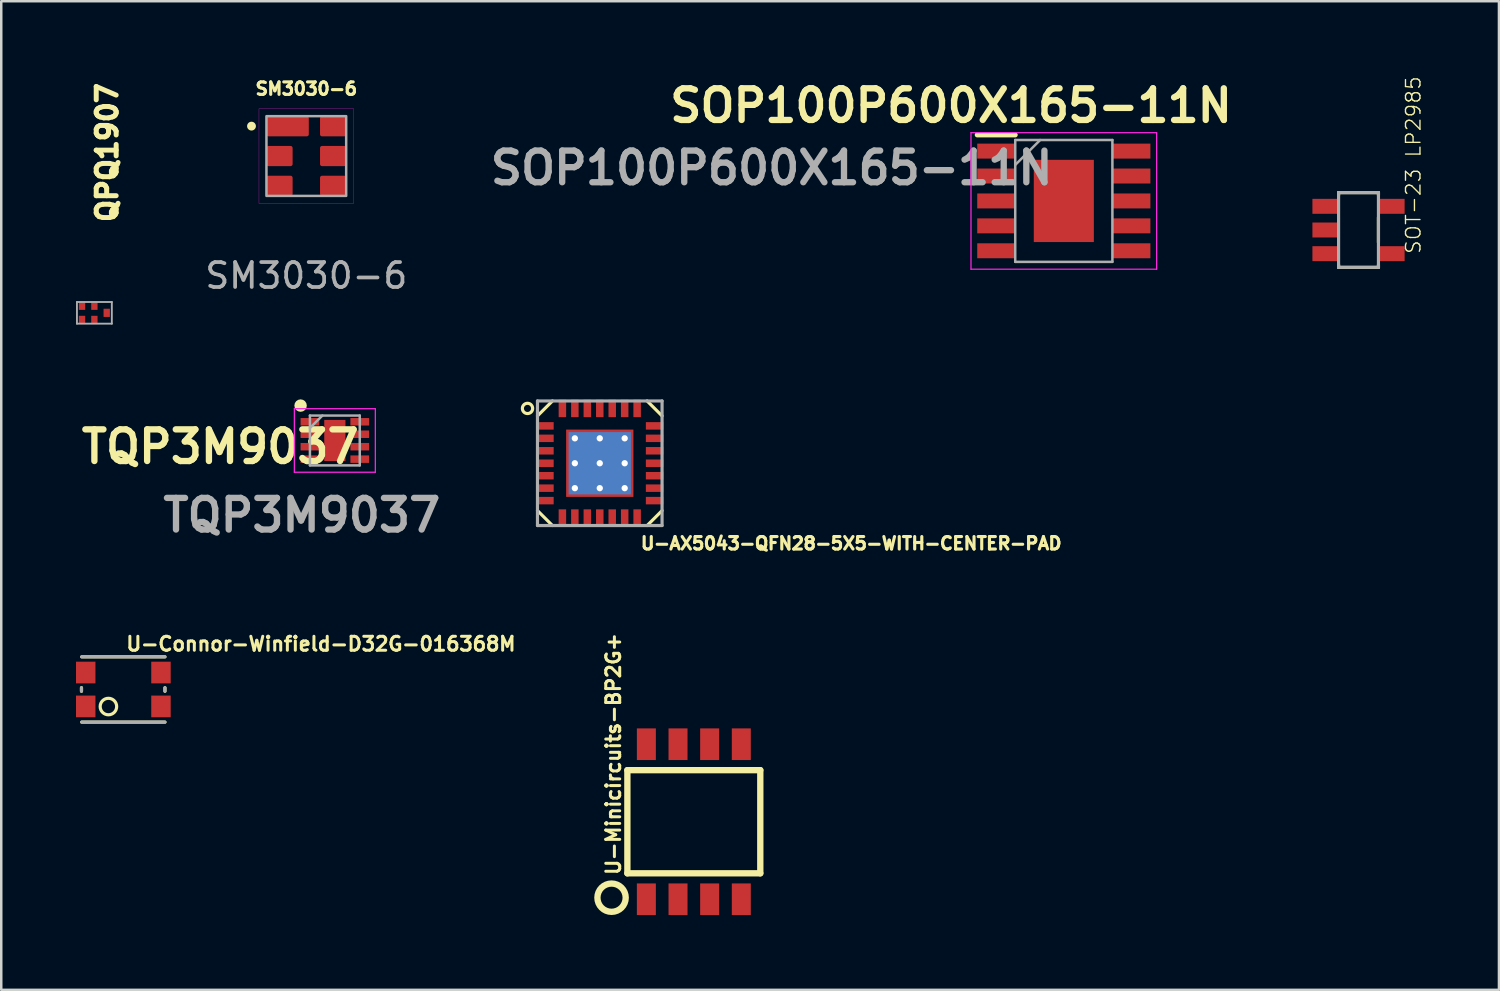
<source format=kicad_pcb>
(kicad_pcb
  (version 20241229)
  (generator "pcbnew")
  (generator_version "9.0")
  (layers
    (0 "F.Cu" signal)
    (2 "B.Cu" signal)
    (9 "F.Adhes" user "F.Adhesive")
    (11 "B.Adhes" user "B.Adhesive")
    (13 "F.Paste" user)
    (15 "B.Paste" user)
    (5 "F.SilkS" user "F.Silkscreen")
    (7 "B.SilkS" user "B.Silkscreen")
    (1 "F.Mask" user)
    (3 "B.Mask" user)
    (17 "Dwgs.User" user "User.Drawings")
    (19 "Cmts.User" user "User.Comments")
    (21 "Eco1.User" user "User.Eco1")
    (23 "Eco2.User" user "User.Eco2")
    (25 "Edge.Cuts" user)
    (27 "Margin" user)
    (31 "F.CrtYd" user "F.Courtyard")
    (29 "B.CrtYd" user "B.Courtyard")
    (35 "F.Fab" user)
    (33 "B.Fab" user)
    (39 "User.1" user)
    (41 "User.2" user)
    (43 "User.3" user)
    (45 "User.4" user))
  (footprint "QPQ1907"
    (layer "F.Cu")
    (at 0.738 9.505)
    (property "Reference" "QPQ1907" (at 0.514 -3.541 270) (layer "F.SilkS") (effects (font (size 0.8 0.8) (thickness 0.2)) (justify left)))
    (fp_line (start -0.7 -0.435) (end 0.7 -0.435) (stroke (width 0.075) (type solid)) (layer "F.Fab"))
    (fp_line (start -0.7 0.435) (end -0.7 -0.435) (stroke (width 0.075) (type solid)) (layer "F.Fab"))
    (fp_line (start 0.7 -0.435) (end 0.7 0.435) (stroke (width 0.075) (type solid)) (layer "F.Fab"))
    (fp_line (start 0.7 0.435) (end -0.7 0.435) (stroke (width 0.075) (type solid)) (layer "F.Fab"))
    (pad "1" smd roundrect (at 0.495 0) (size 0.254 0.33) (layers "F.Cu" "F.Mask" "F.Paste") (roundrect_rratio 0.02))
    (pad "2" smd roundrect (at 0 -0.285) (size 0.254 0.33) (layers "F.Cu" "F.Mask" "F.Paste") (roundrect_rratio 0.02))
    (pad "3" smd roundrect (at 0 0.285) (size 0.254 0.33) (layers "F.Cu" "F.Mask" "F.Paste") (roundrect_rratio 0.02))
    (pad "4" smd roundrect (at -0.495 -0.285) (size 0.254 0.33) (layers "F.Cu" "F.Mask" "F.Paste") (roundrect_rratio 0.02))
    (pad "5" smd roundrect (at -0.495 0.285) (size 0.254 0.33) (layers "F.Cu" "F.Mask" "F.Paste") (roundrect_rratio 0.02)))
  (footprint "SOP100P600X165-11N"
    (layer "F.Cu")
    (at 39.643 5.014)
    (property "Reference" "SOP100P600X165-11N" (at -4.525 -3.825 0) (layer "F.SilkS") (effects (font (size 1.27 1.27) (thickness 0.254))))
    (attr smd)
    (fp_line (start -3.475 -2.65) (end -1.95 -2.65) (stroke (width 0.2) (type solid)) (layer "F.SilkS"))
    (fp_line (start -3.725 -2.74) (end 3.725 -2.74) (stroke (width 0.05) (type solid)) (layer "F.CrtYd"))
    (fp_line (start -3.725 2.74) (end -3.725 -2.74) (stroke (width 0.05) (type solid)) (layer "F.CrtYd"))
    (fp_line (start 3.725 -2.74) (end 3.725 2.74) (stroke (width 0.05) (type solid)) (layer "F.CrtYd"))
    (fp_line (start 3.725 2.74) (end -3.725 2.74) (stroke (width 0.05) (type solid)) (layer "F.CrtYd"))
    (fp_line (start -1.95 -2.445) (end 1.95 -2.445) (stroke (width 0.1) (type solid)) (layer "F.Fab"))
    (fp_line (start -1.95 -1.445) (end -0.95 -2.445) (stroke (width 0.1) (type solid)) (layer "F.Fab"))
    (fp_line (start -1.95 2.445) (end -1.95 -2.445) (stroke (width 0.1) (type solid)) (layer "F.Fab"))
    (fp_line (start 1.95 -2.445) (end 1.95 2.445) (stroke (width 0.1) (type solid)) (layer "F.Fab"))
    (fp_line (start 1.95 2.445) (end -1.95 2.445) (stroke (width 0.1) (type solid)) (layer "F.Fab"))
    (fp_text user "${REFERENCE}" (at -11.725 -1.325 0) (layer "F.Fab") (effects (font (size 1.27 1.27) (thickness 0.254))))
    (pad "1" smd rect (at -2.712 -2 90) (size 0.6 1.525) (layers "F.Cu" "F.Mask" "F.Paste"))
    (pad "2" smd rect (at -2.712 -1 90) (size 0.6 1.525) (layers "F.Cu" "F.Mask" "F.Paste"))
    (pad "3" smd rect (at -2.712 0 90) (size 0.6 1.525) (layers "F.Cu" "F.Mask" "F.Paste"))
    (pad "4" smd rect (at -2.712 1 90) (size 0.6 1.525) (layers "F.Cu" "F.Mask" "F.Paste"))
    (pad "5" smd rect (at -2.712 2 90) (size 0.6 1.525) (layers "F.Cu" "F.Mask" "F.Paste"))
    (pad "6" smd rect (at 2.712 2 90) (size 0.6 1.525) (layers "F.Cu" "F.Mask" "F.Paste"))
    (pad "7" smd rect (at 2.712 1 90) (size 0.6 1.525) (layers "F.Cu" "F.Mask" "F.Paste"))
    (pad "8" smd rect (at 2.712 0 90) (size 0.6 1.525) (layers "F.Cu" "F.Mask" "F.Paste"))
    (pad "9" smd rect (at 2.712 -1 90) (size 0.6 1.525) (layers "F.Cu" "F.Mask" "F.Paste"))
    (pad "10" smd rect (at 2.712 -2 90) (size 0.6 1.525) (layers "F.Cu" "F.Mask" "F.Paste"))
    (pad "11" smd rect (at 0 0) (size 2.41 3.3) (layers "F.Cu" "F.Mask" "F.Paste")))
  (footprint "U-AX5043-QFN28-5X5-WITH-CENTER-PAD"
    (layer "F.Cu")
    (at 21.02 15.541)
    (property "Reference" "U-AX5043-QFN28-5X5-WITH-CENTER-PAD" (at 1.58 3.51 0) (layer "F.SilkS") (effects (font (size 0.5 0.5) (thickness 0.125) (bold yes)) (justify left bottom)))
    (fp_line (start -2.5 -1.9) (end -1.9 -2.5) (stroke (width 0.127) (type solid)) (layer "F.SilkS"))
    (fp_line (start -2.5 1.9) (end -1.9 2.5) (stroke (width 0.127) (type solid)) (layer "F.SilkS"))
    (fp_line (start 1.9 -2.5) (end 2.5 -1.9) (stroke (width 0.127) (type solid)) (layer "F.SilkS"))
    (fp_line (start 1.9 2.5) (end 2.5 1.9) (stroke (width 0.127) (type solid)) (layer "F.SilkS"))
    (fp_circle (center -2.9 -2.2) (end -2.694 -2.2) (stroke (width 0.127) (type solid)) (fill no) (layer "F.SilkS"))
    (fp_poly (pts (xy -1.15 -0.55) (xy -0.55 -0.55) (xy -0.55 -1.15) (xy -1.15 -1.15)) (stroke (width 0) (type default)) (fill yes) (layer "F.Paste"))
    (fp_poly (pts (xy -1.15 0.3) (xy -0.55 0.3) (xy -0.55 -0.3) (xy -1.15 -0.3)) (stroke (width 0) (type default)) (fill yes) (layer "F.Paste"))
    (fp_poly (pts (xy -1.15 1.15) (xy -0.55 1.15) (xy -0.55 0.55) (xy -1.15 0.55)) (stroke (width 0) (type default)) (fill yes) (layer "F.Paste"))
    (fp_poly (pts (xy -0.3 -0.55) (xy 0.3 -0.55) (xy 0.3 -1.15) (xy -0.3 -1.15)) (stroke (width 0) (type default)) (fill yes) (layer "F.Paste"))
    (fp_poly (pts (xy -0.3 0.3) (xy 0.3 0.3) (xy 0.3 -0.3) (xy -0.3 -0.3)) (stroke (width 0) (type default)) (fill yes) (layer "F.Paste"))
    (fp_poly (pts (xy -0.3 1.15) (xy 0.3 1.15) (xy 0.3 0.55) (xy -0.3 0.55)) (stroke (width 0) (type default)) (fill yes) (layer "F.Paste"))
    (fp_poly (pts (xy 0.55 -0.55) (xy 1.15 -0.55) (xy 1.15 -1.15) (xy 0.55 -1.15)) (stroke (width 0) (type default)) (fill yes) (layer "F.Paste"))
    (fp_poly (pts (xy 0.55 0.3) (xy 1.15 0.3) (xy 1.15 -0.3) (xy 0.55 -0.3)) (stroke (width 0) (type default)) (fill yes) (layer "F.Paste"))
    (fp_poly (pts (xy 0.55 1.15) (xy 1.15 1.15) (xy 1.15 0.55) (xy 0.55 0.55)) (stroke (width 0) (type default)) (fill yes) (layer "F.Paste"))
    (fp_line (start -2.5 -2.5) (end -2.5 2.5) (stroke (width 0.127) (type solid)) (layer "F.Fab"))
    (fp_line (start -2.5 2.5) (end 2.5 2.5) (stroke (width 0.127) (type solid)) (layer "F.Fab"))
    (fp_line (start 2.5 -2.5) (end -2.5 -2.5) (stroke (width 0.127) (type solid)) (layer "F.Fab"))
    (fp_line (start 2.5 2.5) (end 2.5 -2.5) (stroke (width 0.127) (type solid)) (layer "F.Fab"))
    (pad "1" smd rect (at -2.2 -1.5) (size 0.7 0.3) (layers "F.Cu" "F.Mask" "F.Paste"))
    (pad "2" smd rect (at -2.2 -1) (size 0.7 0.3) (layers "F.Cu" "F.Mask" "F.Paste"))
    (pad "3" smd rect (at -2.2 -0.5) (size 0.7 0.3) (layers "F.Cu" "F.Mask" "F.Paste"))
    (pad "4" smd rect (at -2.2 0) (size 0.7 0.3) (layers "F.Cu" "F.Mask" "F.Paste"))
    (pad "5" smd rect (at -2.2 0.5) (size 0.7 0.3) (layers "F.Cu" "F.Mask" "F.Paste"))
    (pad "6" smd rect (at -2.2 1) (size 0.7 0.3) (layers "F.Cu" "F.Mask" "F.Paste"))
    (pad "7" smd rect (at -2.2 1.5) (size 0.7 0.3) (layers "F.Cu" "F.Mask" "F.Paste"))
    (pad "8" smd rect (at -1.5 2.2 90) (size 0.7 0.3) (layers "F.Cu" "F.Mask" "F.Paste"))
    (pad "9" smd rect (at -1 2.2 90) (size 0.7 0.3) (layers "F.Cu" "F.Mask" "F.Paste"))
    (pad "10" smd rect (at -0.5 2.2 90) (size 0.7 0.3) (layers "F.Cu" "F.Mask" "F.Paste"))
    (pad "11" smd rect (at 0 2.2 90) (size 0.7 0.3) (layers "F.Cu" "F.Mask" "F.Paste"))
    (pad "12" smd rect (at 0.5 2.2 90) (size 0.7 0.3) (layers "F.Cu" "F.Mask" "F.Paste"))
    (pad "13" smd rect (at 1 2.2 90) (size 0.7 0.3) (layers "F.Cu" "F.Mask" "F.Paste"))
    (pad "14" smd rect (at 1.5 2.2 90) (size 0.7 0.3) (layers "F.Cu" "F.Mask" "F.Paste"))
    (pad "15" smd rect (at 2.2 1.5 180) (size 0.7 0.3) (layers "F.Cu" "F.Mask" "F.Paste"))
    (pad "16" smd rect (at 2.2 1 180) (size 0.7 0.3) (layers "F.Cu" "F.Mask" "F.Paste"))
    (pad "17" smd rect (at 2.2 0.5 180) (size 0.7 0.3) (layers "F.Cu" "F.Mask" "F.Paste"))
    (pad "18" smd rect (at 2.2 0 180) (size 0.7 0.3) (layers "F.Cu" "F.Mask" "F.Paste"))
    (pad "19" smd rect (at 2.2 -0.5 180) (size 0.7 0.3) (layers "F.Cu" "F.Mask" "F.Paste"))
    (pad "20" smd rect (at 2.2 -1 180) (size 0.7 0.3) (layers "F.Cu" "F.Mask" "F.Paste"))
    (pad "21" smd rect (at 2.2 -1.5 180) (size 0.7 0.3) (layers "F.Cu" "F.Mask" "F.Paste"))
    (pad "22" smd rect (at 1.5 -2.2 270) (size 0.7 0.3) (layers "F.Cu" "F.Mask" "F.Paste"))
    (pad "23" smd rect (at 1 -2.2 270) (size 0.7 0.3) (layers "F.Cu" "F.Mask" "F.Paste"))
    (pad "24" smd rect (at 0.5 -2.2 270) (size 0.7 0.3) (layers "F.Cu" "F.Mask" "F.Paste"))
    (pad "25" smd rect (at 0 -2.2 270) (size 0.7 0.3) (layers "F.Cu" "F.Mask" "F.Paste"))
    (pad "26" smd rect (at -0.5 -2.2 270) (size 0.7 0.3) (layers "F.Cu" "F.Mask" "F.Paste"))
    (pad "27" smd rect (at -1 -2.2 270) (size 0.7 0.3) (layers "F.Cu" "F.Mask" "F.Paste"))
    (pad "28" smd rect (at -1.5 -2.2 270) (size 0.7 0.3) (layers "F.Cu" "F.Mask" "F.Paste"))
    (pad "EP" thru_hole circle (at -1 -1) (size 0.457 0.457) (drill 0.254) (layers "*.Cu"))
    (pad "EP" thru_hole circle (at -1 0) (size 0.457 0.457) (drill 0.254) (layers "*.Cu"))
    (pad "EP" thru_hole circle (at -1 1) (size 0.457 0.457) (drill 0.254) (layers "*.Cu"))
    (pad "EP" thru_hole circle (at 0 -1) (size 0.457 0.457) (drill 0.254) (layers "*.Cu"))
    (pad "EP" thru_hole circle (at 0 0) (size 0.457 0.457) (drill 0.254) (layers "*.Cu"))
    (pad "EP" smd rect (at 0 0) (size 2.5 2.5) (layers "B.Cu"))
    (pad "EP" smd rect (at 0 0) (size 2.7 2.7) (layers "F.Cu" "F.Mask"))
    (pad "EP" thru_hole circle (at 0 1) (size 0.457 0.457) (drill 0.254) (layers "*.Cu"))
    (pad "EP" thru_hole circle (at 1 -1) (size 0.457 0.457) (drill 0.254) (layers "*.Cu"))
    (pad "EP" thru_hole circle (at 1 0) (size 0.457 0.457) (drill 0.254) (layers "*.Cu"))
    (pad "EP" thru_hole circle (at 1 1) (size 0.457 0.457) (drill 0.254) (layers "*.Cu")))
  (footprint "U-Minicircuits-BP2G+"
    (layer "F.Cu")
    (at 24.795 29.928)
    (property "Reference" "U-Minicircuits-BP2G+" (at -2.9 2.2 90) (layer "F.SilkS") (effects (font (size 0.56 0.56) (thickness 0.12)) (justify left bottom)))
    (fp_line (start -2.667 -2.07) (end 2.667 -2.07) (stroke (width 0.254) (type solid)) (layer "F.SilkS"))
    (fp_line (start -2.667 2.07) (end -2.667 -2.07) (stroke (width 0.254) (type solid)) (layer "F.SilkS"))
    (fp_line (start 2.667 -2.07) (end 2.667 2.07) (stroke (width 0.254) (type solid)) (layer "F.SilkS"))
    (fp_line (start 2.667 2.07) (end -2.667 2.07) (stroke (width 0.254) (type solid)) (layer "F.SilkS"))
    (fp_circle (center -3.302 3.048) (end -2.734 3.048) (stroke (width 0.254) (type solid)) (fill no) (layer "F.SilkS"))
    (pad "1" smd rect (at -1.905 3.111 90) (size 1.27 0.762) (layers "F.Cu" "F.Mask" "F.Paste"))
    (pad "2" smd rect (at -0.635 3.111 90) (size 1.27 0.762) (layers "F.Cu" "F.Mask" "F.Paste"))
    (pad "3" smd rect (at 0.635 3.111 90) (size 1.27 0.762) (layers "F.Cu" "F.Mask" "F.Paste"))
    (pad "4" smd rect (at 1.905 3.111 90) (size 1.27 0.762) (layers "F.Cu" "F.Mask" "F.Paste"))
    (pad "5" smd rect (at 1.905 -3.111 90) (size 1.27 0.762) (layers "F.Cu" "F.Mask" "F.Paste"))
    (pad "6" smd rect (at 0.635 -3.111 90) (size 1.27 0.762) (layers "F.Cu" "F.Mask" "F.Paste"))
    (pad "7" smd rect (at -0.635 -3.111 90) (size 1.27 0.762) (layers "F.Cu" "F.Mask" "F.Paste"))
    (pad "8" smd rect (at -1.905 -3.111 90) (size 1.27 0.762) (layers "F.Cu" "F.Mask" "F.Paste")))
  (footprint "SM3030-6"
    (layer "F.Cu")
    (at 9.243 3.212)
    (property "Reference" "SM3030-6" (at 0 -2.7 0) (unlocked yes) (layer "F.SilkS") (effects (font (size 0.5 0.5) (thickness 0.125))))
    (attr smd)
    (fp_circle (center -2.2 -1.2) (end -2.073 -1.2) (stroke (width 0.1) (type solid)) (fill yes) (layer "F.SilkS"))
    (fp_rect (start -1.9 -1.9) (end 1.9 1.9) (stroke (width 0.01) (type default)) (fill no) (layer "F.CrtYd"))
    (fp_rect (start -1.6 -1.6) (end 1.6 1.6) (stroke (width 0.1) (type default)) (fill no) (layer "F.Fab"))
    (fp_text user "${REFERENCE}" (at 0 4.8 0) (unlocked yes) (layer "F.Fab") (effects (font (size 1 1) (thickness 0.15))))
    (pad "1" smd roundrect (at -0.75 -1.195) (size 1.7 0.81) (layers "F.Cu" "F.Mask" "F.Paste") (roundrect_rratio 0.1))
    (pad "2" smd roundrect (at -1.075 0) (size 1.05 0.81) (layers "F.Cu" "F.Mask" "F.Paste") (roundrect_rratio 0.1))
    (pad "3" smd roundrect (at -1.075 1.195) (size 1.05 0.81) (layers "F.Cu" "F.Mask" "F.Paste") (roundrect_rratio 0.1))
    (pad "4" smd roundrect (at 1.075 1.195) (size 1.05 0.81) (layers "F.Cu" "F.Mask" "F.Paste") (roundrect_rratio 0.1))
    (pad "5" smd roundrect (at 1.075 0) (size 1.05 0.81) (layers "F.Cu" "F.Mask" "F.Paste") (roundrect_rratio 0.1))
    (pad "6" smd roundrect (at 1.075 -1.195) (size 1.05 0.81) (layers "F.Cu" "F.Mask" "F.Paste") (roundrect_rratio 0.1)))
  (footprint "TQP3M9037"
    (layer "F.Cu")
    (at 10.388 14.627)
    (property "Reference" "TQP3M9037" (at -4.6 0.25 0) (layer "F.SilkS") (effects (font (size 1.27 1.27) (thickness 0.254))))
    (attr smd)
    (fp_circle (center -1.375 -1.4) (end -1.375 -1.275) (stroke (width 0.25) (type solid)) (fill no) (layer "F.SilkS"))
    (fp_line (start -1.625 -1.275) (end 1.625 -1.275) (stroke (width 0.05) (type solid)) (layer "F.CrtYd"))
    (fp_line (start -1.625 1.275) (end -1.625 -1.275) (stroke (width 0.05) (type solid)) (layer "F.CrtYd"))
    (fp_line (start 1.625 -1.275) (end 1.625 1.275) (stroke (width 0.05) (type solid)) (layer "F.CrtYd"))
    (fp_line (start 1.625 1.275) (end -1.625 1.275) (stroke (width 0.05) (type solid)) (layer "F.CrtYd"))
    (fp_line (start -1 -1) (end 1 -1) (stroke (width 0.1) (type solid)) (layer "F.Fab"))
    (fp_line (start -1 -0.5) (end -0.5 -1) (stroke (width 0.1) (type solid)) (layer "F.Fab"))
    (fp_line (start -1 1) (end -1 -1) (stroke (width 0.1) (type solid)) (layer "F.Fab"))
    (fp_line (start 1 -1) (end 1 1) (stroke (width 0.1) (type solid)) (layer "F.Fab"))
    (fp_line (start 1 1) (end -1 1) (stroke (width 0.1) (type solid)) (layer "F.Fab"))
    (fp_text user "${REFERENCE}" (at -1.325 3 0) (layer "F.Fab") (effects (font (size 1.27 1.27) (thickness 0.254))))
    (pad "1" smd rect (at -1 -0.75 90) (size 0.3 0.75) (layers "F.Cu" "F.Mask" "F.Paste"))
    (pad "2" smd rect (at -1 -0.25 90) (size 0.3 0.75) (layers "F.Cu" "F.Mask" "F.Paste"))
    (pad "3" smd rect (at -1 0.25 90) (size 0.3 0.75) (layers "F.Cu" "F.Mask" "F.Paste"))
    (pad "4" smd rect (at -1 0.75 90) (size 0.3 0.75) (layers "F.Cu" "F.Mask" "F.Paste"))
    (pad "5" smd rect (at 1 0.75 90) (size 0.3 0.75) (layers "F.Cu" "F.Mask" "F.Paste"))
    (pad "6" smd rect (at 1 0.25 90) (size 0.3 0.75) (layers "F.Cu" "F.Mask" "F.Paste"))
    (pad "7" smd rect (at 1 -0.25 90) (size 0.3 0.75) (layers "F.Cu" "F.Mask" "F.Paste"))
    (pad "8" smd rect (at 1 -0.75 90) (size 0.3 0.75) (layers "F.Cu" "F.Mask" "F.Paste"))
    (pad "9" smd rect (at 0 0) (size 0.85 1.65) (layers "F.Cu" "F.Mask" "F.Paste")))
  (footprint "U-Connor-Winfield-D32G-016368M"
    (layer "F.Cu")
    (at 1.9 24.62)
    (property "Reference" "U-Connor-Winfield-D32G-016368M" (at 0.05 -1.5 0) (layer "F.SilkS") (effects (font (size 0.56 0.56) (thickness 0.12)) (justify left bottom)))
    (fp_line (start -1.68 -0.07) (end -1.68 0.07) (stroke (width 0.127) (type solid)) (layer "F.SilkS"))
    (fp_line (start -1.67 -1.31) (end 1.67 -1.31) (stroke (width 0.127) (type solid)) (layer "F.SilkS"))
    (fp_line (start 1.67 -0.07) (end 1.67 0.07) (stroke (width 0.127) (type solid)) (layer "F.SilkS"))
    (fp_line (start 1.67 1.31) (end -1.67 1.31) (stroke (width 0.127) (type solid)) (layer "F.SilkS"))
    (fp_circle (center -0.599 0.685) (end -0.268 0.685) (stroke (width 0.127) (type solid)) (fill no) (layer "F.SilkS"))
    (fp_line (start -1.68 0.07) (end -1.68 -0.07) (stroke (width 0.127) (type solid)) (layer "F.Fab"))
    (fp_line (start -1.67 -1.31) (end 1.67 -1.31) (stroke (width 0.127) (type solid)) (layer "F.Fab"))
    (fp_line (start 1.67 -0.07) (end 1.67 0.07) (stroke (width 0.127) (type solid)) (layer "F.Fab"))
    (fp_line (start 1.67 1.31) (end -1.67 1.31) (stroke (width 0.127) (type solid)) (layer "F.Fab"))
    (pad "1" smd rect (at -1.51 0.68) (size 0.78 0.87) (layers "F.Cu" "F.Mask" "F.Paste"))
    (pad "2" smd rect (at 1.51 0.68) (size 0.78 0.87) (layers "F.Cu" "F.Mask" "F.Paste"))
    (pad "3" smd rect (at 1.51 -0.68) (size 0.78 0.87) (layers "F.Cu" "F.Mask" "F.Paste"))
    (pad "4" smd rect (at -1.51 -0.68) (size 0.78 0.87) (layers "F.Cu" "F.Mask" "F.Paste")))
  (footprint "SOT-23 LP2985"
    (layer "F.Cu")
    (at 51.47 6.18)
    (property "Reference" "SOT-23 LP2985" (at 2.2 1 270) (layer "F.SilkS") (effects (font (size 0.581 0.581) (thickness 0.054)) (justify left)))
    (fp_line (start -0.8 -1.5) (end 0.8 -1.5) (stroke (width 0.127) (type solid)) (layer "F.SilkS"))
    (fp_line (start -0.8 -1.4) (end -0.8 -1.5) (stroke (width 0.127) (type solid)) (layer "F.SilkS"))
    (fp_line (start -0.8 1.4) (end -0.8 1.5) (stroke (width 0.127) (type solid)) (layer "F.SilkS"))
    (fp_line (start -0.8 1.5) (end 0.8 1.5) (stroke (width 0.127) (type solid)) (layer "F.SilkS"))
    (fp_line (start 0.8 -1.5) (end 0.8 -1.4) (stroke (width 0.127) (type solid)) (layer "F.SilkS"))
    (fp_line (start 0.8 -0.5) (end 0.8 0.5) (stroke (width 0.127) (type solid)) (layer "F.SilkS"))
    (fp_line (start 0.8 1.5) (end 0.8 1.4) (stroke (width 0.127) (type solid)) (layer "F.SilkS"))
    (fp_poly (pts (xy -1.72 0.22) (xy -0.82 0.22) (xy -0.82 -0.23) (xy -1.72 -0.23)) (stroke (width 0.1) (type solid)) (fill no) (layer "F.Paste"))
    (fp_poly (pts (xy -0.84 -1.18) (xy -1.74 -1.18) (xy -1.74 -0.73) (xy -0.84 -0.73)) (stroke (width 0.1) (type solid)) (fill no) (layer "F.Paste"))
    (fp_poly (pts (xy -0.84 0.72) (xy -1.74 0.72) (xy -1.74 1.17) (xy -0.84 1.17)) (stroke (width 0.1) (type solid)) (fill no) (layer "F.Paste"))
    (fp_poly (pts (xy 0.84 -0.72) (xy 1.74 -0.72) (xy 1.74 -1.17) (xy 0.84 -1.17)) (stroke (width 0.1) (type solid)) (fill no) (layer "F.Paste"))
    (fp_poly (pts (xy 0.84 1.18) (xy 1.74 1.18) (xy 1.74 0.73) (xy 0.84 0.73)) (stroke (width 0.1) (type solid)) (fill no) (layer "F.Paste"))
    (fp_line (start -0.8 -1.5) (end 0.8 -1.5) (stroke (width 0.127) (type solid)) (layer "F.Fab"))
    (fp_line (start -0.8 1.5) (end -0.8 -1.5) (stroke (width 0.127) (type solid)) (layer "F.Fab"))
    (fp_line (start 0.8 -1.5) (end 0.8 1.5) (stroke (width 0.127) (type solid)) (layer "F.Fab"))
    (fp_line (start 0.8 1.5) (end -0.8 1.5) (stroke (width 0.127) (type solid)) (layer "F.Fab"))
    (pad "1" smd rect (at -1.3 -0.95) (size 1.1 0.6) (layers "F.Cu" "F.Mask"))
    (pad "2" smd rect (at -1.3 0) (size 1.1 0.6) (layers "F.Cu" "F.Mask"))
    (pad "3" smd rect (at -1.3 0.95 180) (size 1.1 0.6) (layers "F.Cu" "F.Mask"))
    (pad "4" smd rect (at 1.3 0.95 180) (size 1.1 0.6) (layers "F.Cu" "F.Mask"))
    (pad "5" smd rect (at 1.3 -0.95) (size 1.1 0.6) (layers "F.Cu" "F.Mask")))
  (gr_rect
    (start -3 -3)
    (end 57.106 36.674)
    (stroke (width 0.1) (type default))
    (fill no)
    (layer "Edge.Cuts")))
</source>
